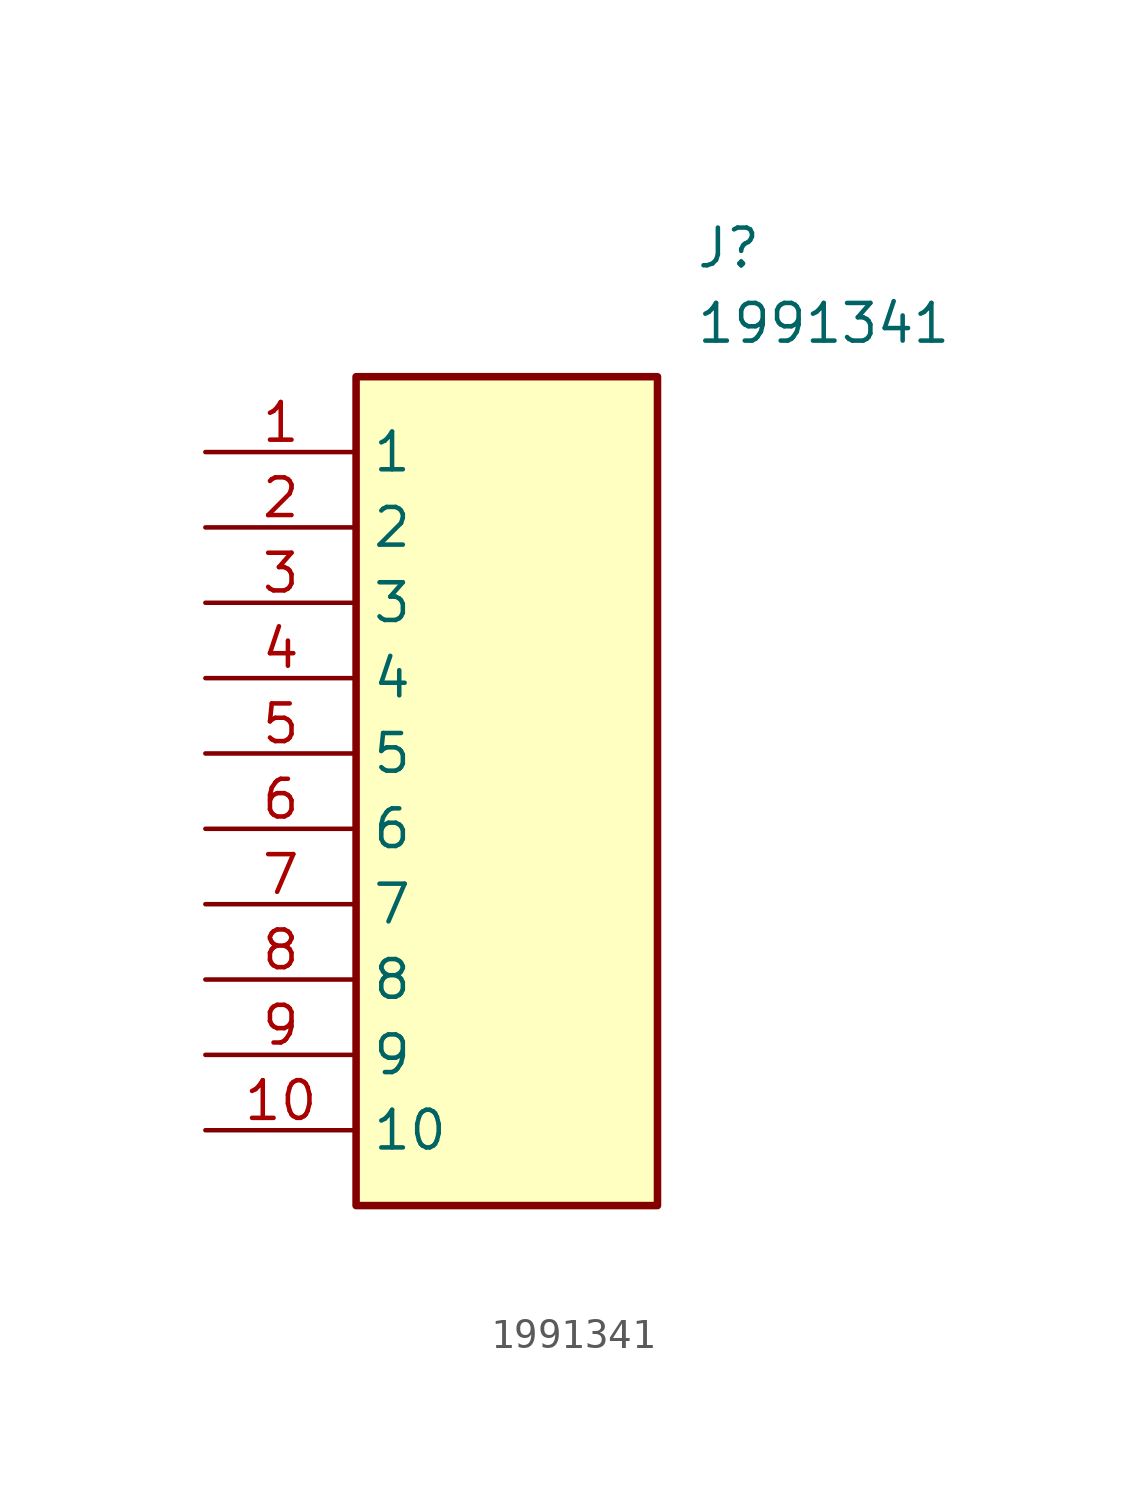
<source format=kicad_sym>
(kicad_symbol_lib
  (version 20211014)
  (generator SamacSys_ECAD_Model)
  (symbol "1991341"
    (property "Reference" "J"
      (at 16.51 7.62 0)
      (effects (font (size 1.27 1.27)) (justify left top)))
    (property "Value" "1991341"
      (at 16.51 5.08 0)
      (effects (font (size 1.27 1.27)) (justify left top)))
    (rectangle
      (start 5.08 2.54)
      (end 15.24 -25.4)
      (stroke (width 0.254) (type default))
      (fill (type background)))
    (pin passive line
      (at 0 0 0)
      (length 5.08)
      (name "1" (effects (font (size 1.27 1.27))))
      (number "1" (effects (font (size 1.27 1.27)))))
    (pin passive line
      (at 0 -2.54 0)
      (length 5.08)
      (name "2" (effects (font (size 1.27 1.27))))
      (number "2" (effects (font (size 1.27 1.27)))))
    (pin passive line
      (at 0 -5.08 0)
      (length 5.08)
      (name "3" (effects (font (size 1.27 1.27))))
      (number "3" (effects (font (size 1.27 1.27)))))
    (pin passive line
      (at 0 -7.62 0)
      (length 5.08)
      (name "4" (effects (font (size 1.27 1.27))))
      (number "4" (effects (font (size 1.27 1.27)))))
    (pin passive line
      (at 0 -10.16 0)
      (length 5.08)
      (name "5" (effects (font (size 1.27 1.27))))
      (number "5" (effects (font (size 1.27 1.27)))))
    (pin passive line
      (at 0 -12.7 0)
      (length 5.08)
      (name "6" (effects (font (size 1.27 1.27))))
      (number "6" (effects (font (size 1.27 1.27)))))
    (pin passive line
      (at 0 -15.24 0)
      (length 5.08)
      (name "7" (effects (font (size 1.27 1.27))))
      (number "7" (effects (font (size 1.27 1.27)))))
    (pin passive line
      (at 0 -17.78 0)
      (length 5.08)
      (name "8" (effects (font (size 1.27 1.27))))
      (number "8" (effects (font (size 1.27 1.27)))))
    (pin passive line
      (at 0 -20.32 0)
      (length 5.08)
      (name "9" (effects (font (size 1.27 1.27))))
      (number "9" (effects (font (size 1.27 1.27)))))
    (pin passive line
      (at 0 -22.86 0)
      (length 5.08)
      (name "10" (effects (font (size 1.27 1.27))))
      (number "10" (effects (font (size 1.27 1.27)))))))
</source>
